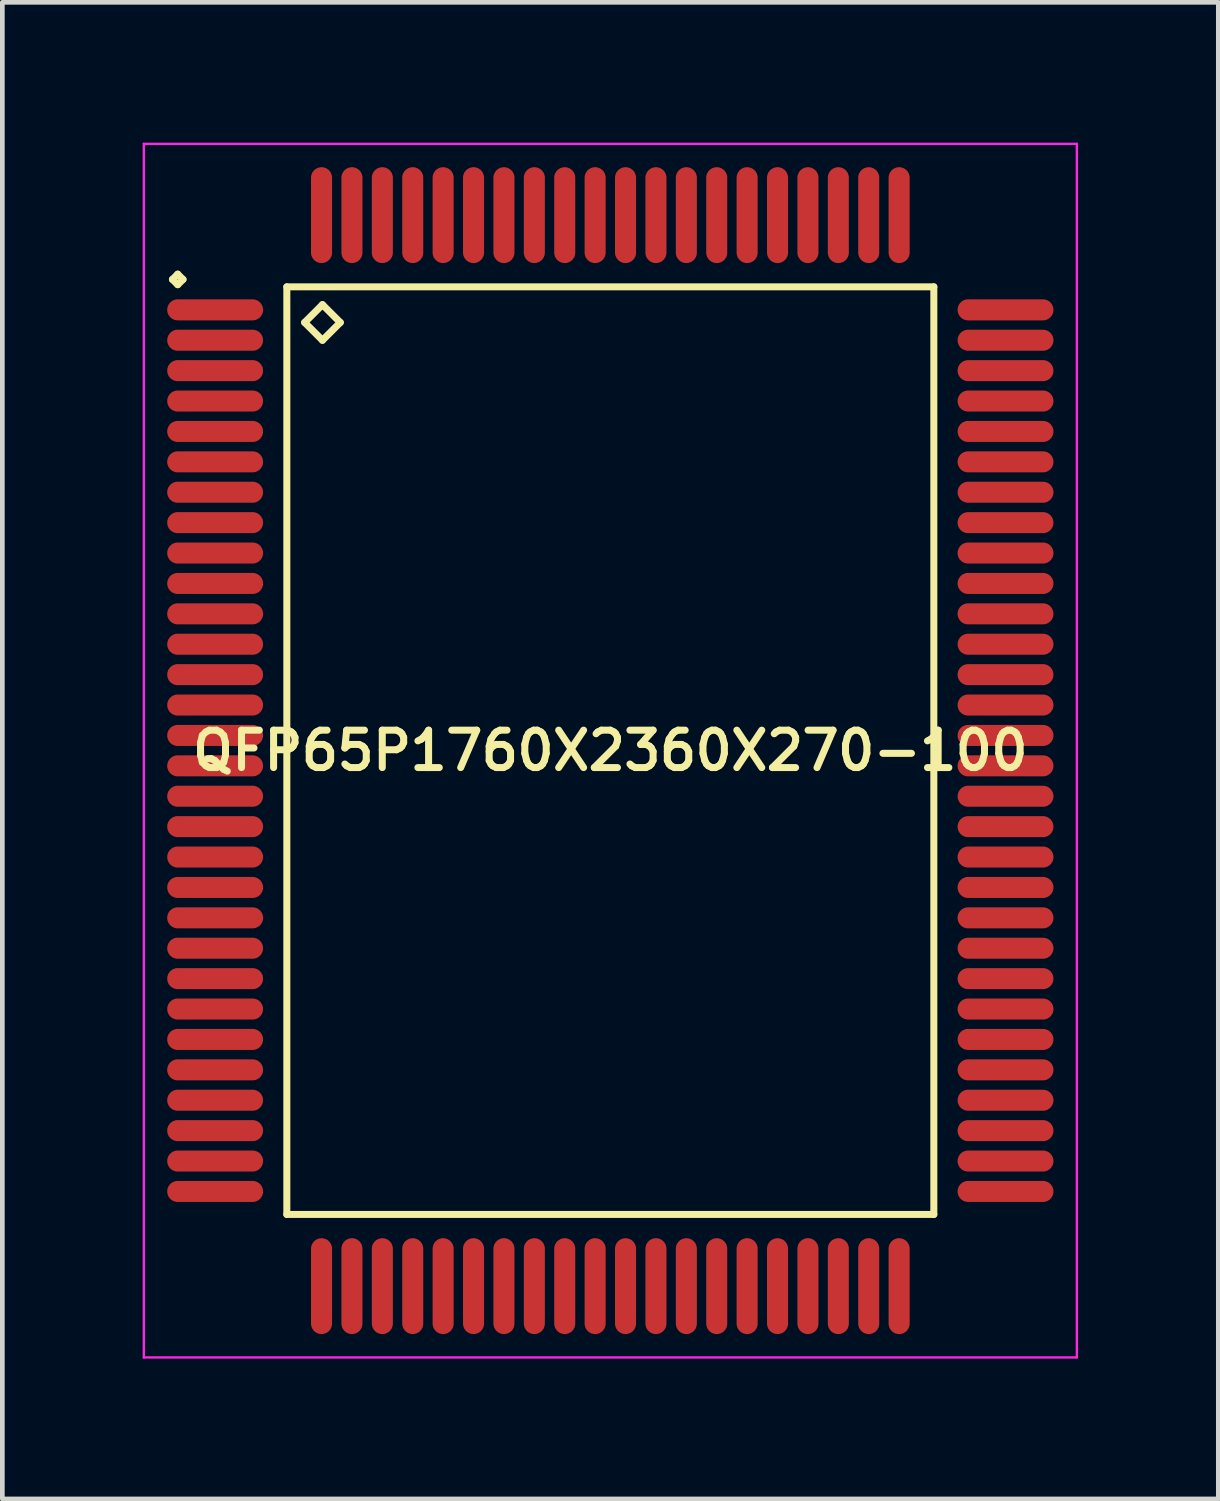
<source format=kicad_pcb>
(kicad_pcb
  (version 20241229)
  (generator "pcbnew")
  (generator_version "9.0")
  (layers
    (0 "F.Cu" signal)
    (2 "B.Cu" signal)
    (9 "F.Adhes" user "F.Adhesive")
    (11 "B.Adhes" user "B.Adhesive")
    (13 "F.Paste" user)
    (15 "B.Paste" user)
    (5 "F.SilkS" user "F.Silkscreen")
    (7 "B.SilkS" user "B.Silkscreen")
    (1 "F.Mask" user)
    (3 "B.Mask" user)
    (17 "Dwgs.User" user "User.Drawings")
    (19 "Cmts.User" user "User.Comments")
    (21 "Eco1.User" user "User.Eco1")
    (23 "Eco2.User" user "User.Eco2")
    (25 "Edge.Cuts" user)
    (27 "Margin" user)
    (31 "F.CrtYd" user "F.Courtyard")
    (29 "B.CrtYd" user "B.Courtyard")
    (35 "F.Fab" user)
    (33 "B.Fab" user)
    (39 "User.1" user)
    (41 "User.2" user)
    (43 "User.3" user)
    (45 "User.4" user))
  (footprint "QFP65P1760X2360X270-100"
    (layer "F.Cu")
    (at 10 13)
    (property "Reference" "QFP65P1760X2360X270-100" (at 0 0 0) (layer "F.SilkS") (effects (font (size 0.8 0.8) (thickness 0.15))))
    (attr smd)
    (fp_line (start -9.363 -10.075) (end -9.25 -10.188) (stroke (width 0.15) (type solid)) (layer "F.SilkS"))
    (fp_line (start -9.25 -10.188) (end -9.137 -10.075) (stroke (width 0.15) (type solid)) (layer "F.SilkS"))
    (fp_line (start -9.25 -9.963) (end -9.363 -10.075) (stroke (width 0.15) (type solid)) (layer "F.SilkS"))
    (fp_line (start -9.137 -10.075) (end -9.25 -9.963) (stroke (width 0.15) (type solid)) (layer "F.SilkS"))
    (fp_line (start -6.917 -9.917) (end -6.917 9.917) (stroke (width 0.15) (type solid)) (layer "F.SilkS"))
    (fp_line (start -6.917 9.917) (end 6.917 9.917) (stroke (width 0.15) (type solid)) (layer "F.SilkS"))
    (fp_line (start -6.536 -9.155) (end -6.155 -9.536) (stroke (width 0.15) (type solid)) (layer "F.SilkS"))
    (fp_line (start -6.155 -9.536) (end -5.774 -9.155) (stroke (width 0.15) (type solid)) (layer "F.SilkS"))
    (fp_line (start -6.155 -8.774) (end -6.536 -9.155) (stroke (width 0.15) (type solid)) (layer "F.SilkS"))
    (fp_line (start -5.774 -9.155) (end -6.155 -8.774) (stroke (width 0.15) (type solid)) (layer "F.SilkS"))
    (fp_line (start 6.917 -9.917) (end -6.917 -9.917) (stroke (width 0.15) (type solid)) (layer "F.SilkS"))
    (fp_line (start 6.917 9.917) (end 6.917 -9.917) (stroke (width 0.15) (type solid)) (layer "F.SilkS"))
    (fp_line (start -9.975 -12.975) (end 9.975 -12.975) (stroke (width 0.05) (type solid)) (layer "F.CrtYd"))
    (fp_line (start -9.975 12.975) (end -9.975 -12.975) (stroke (width 0.05) (type solid)) (layer "F.CrtYd"))
    (fp_line (start 9.975 -12.975) (end 9.975 12.975) (stroke (width 0.05) (type solid)) (layer "F.CrtYd"))
    (fp_line (start 9.975 12.975) (end -9.975 12.975) (stroke (width 0.05) (type solid)) (layer "F.CrtYd"))
    (pad "1" smd oval (at -8.45 -9.425) (size 2.05 0.45) (layers "F.Cu" "F.Mask" "F.Paste"))
    (pad "2" smd oval (at -8.45 -8.775) (size 2.05 0.45) (layers "F.Cu" "F.Mask" "F.Paste"))
    (pad "3" smd oval (at -8.45 -8.125) (size 2.05 0.45) (layers "F.Cu" "F.Mask" "F.Paste"))
    (pad "4" smd oval (at -8.45 -7.475) (size 2.05 0.45) (layers "F.Cu" "F.Mask" "F.Paste"))
    (pad "5" smd oval (at -8.45 -6.825) (size 2.05 0.45) (layers "F.Cu" "F.Mask" "F.Paste"))
    (pad "6" smd oval (at -8.45 -6.175) (size 2.05 0.45) (layers "F.Cu" "F.Mask" "F.Paste"))
    (pad "7" smd oval (at -8.45 -5.525) (size 2.05 0.45) (layers "F.Cu" "F.Mask" "F.Paste"))
    (pad "8" smd oval (at -8.45 -4.875) (size 2.05 0.45) (layers "F.Cu" "F.Mask" "F.Paste"))
    (pad "9" smd oval (at -8.45 -4.225) (size 2.05 0.45) (layers "F.Cu" "F.Mask" "F.Paste"))
    (pad "10" smd oval (at -8.45 -3.575) (size 2.05 0.45) (layers "F.Cu" "F.Mask" "F.Paste"))
    (pad "11" smd oval (at -8.45 -2.925) (size 2.05 0.45) (layers "F.Cu" "F.Mask" "F.Paste"))
    (pad "12" smd oval (at -8.45 -2.275) (size 2.05 0.45) (layers "F.Cu" "F.Mask" "F.Paste"))
    (pad "13" smd oval (at -8.45 -1.625) (size 2.05 0.45) (layers "F.Cu" "F.Mask" "F.Paste"))
    (pad "14" smd oval (at -8.45 -0.975) (size 2.05 0.45) (layers "F.Cu" "F.Mask" "F.Paste"))
    (pad "15" smd oval (at -8.45 -0.325) (size 2.05 0.45) (layers "F.Cu" "F.Mask" "F.Paste"))
    (pad "16" smd oval (at -8.45 0.325) (size 2.05 0.45) (layers "F.Cu" "F.Mask" "F.Paste"))
    (pad "17" smd oval (at -8.45 0.975) (size 2.05 0.45) (layers "F.Cu" "F.Mask" "F.Paste"))
    (pad "18" smd oval (at -8.45 1.625) (size 2.05 0.45) (layers "F.Cu" "F.Mask" "F.Paste"))
    (pad "19" smd oval (at -8.45 2.275) (size 2.05 0.45) (layers "F.Cu" "F.Mask" "F.Paste"))
    (pad "20" smd oval (at -8.45 2.925) (size 2.05 0.45) (layers "F.Cu" "F.Mask" "F.Paste"))
    (pad "21" smd oval (at -8.45 3.575) (size 2.05 0.45) (layers "F.Cu" "F.Mask" "F.Paste"))
    (pad "22" smd oval (at -8.45 4.225) (size 2.05 0.45) (layers "F.Cu" "F.Mask" "F.Paste"))
    (pad "23" smd oval (at -8.45 4.875) (size 2.05 0.45) (layers "F.Cu" "F.Mask" "F.Paste"))
    (pad "24" smd oval (at -8.45 5.525) (size 2.05 0.45) (layers "F.Cu" "F.Mask" "F.Paste"))
    (pad "25" smd oval (at -8.45 6.175) (size 2.05 0.45) (layers "F.Cu" "F.Mask" "F.Paste"))
    (pad "26" smd oval (at -8.45 6.825) (size 2.05 0.45) (layers "F.Cu" "F.Mask" "F.Paste"))
    (pad "27" smd oval (at -8.45 7.475) (size 2.05 0.45) (layers "F.Cu" "F.Mask" "F.Paste"))
    (pad "28" smd oval (at -8.45 8.125) (size 2.05 0.45) (layers "F.Cu" "F.Mask" "F.Paste"))
    (pad "29" smd oval (at -8.45 8.775) (size 2.05 0.45) (layers "F.Cu" "F.Mask" "F.Paste"))
    (pad "30" smd oval (at -8.45 9.425) (size 2.05 0.45) (layers "F.Cu" "F.Mask" "F.Paste"))
    (pad "31" smd oval (at -6.175 11.45) (size 0.45 2.05) (layers "F.Cu" "F.Mask" "F.Paste"))
    (pad "32" smd oval (at -5.525 11.45) (size 0.45 2.05) (layers "F.Cu" "F.Mask" "F.Paste"))
    (pad "33" smd oval (at -4.875 11.45) (size 0.45 2.05) (layers "F.Cu" "F.Mask" "F.Paste"))
    (pad "34" smd oval (at -4.225 11.45) (size 0.45 2.05) (layers "F.Cu" "F.Mask" "F.Paste"))
    (pad "35" smd oval (at -3.575 11.45) (size 0.45 2.05) (layers "F.Cu" "F.Mask" "F.Paste"))
    (pad "36" smd oval (at -2.925 11.45) (size 0.45 2.05) (layers "F.Cu" "F.Mask" "F.Paste"))
    (pad "37" smd oval (at -2.275 11.45) (size 0.45 2.05) (layers "F.Cu" "F.Mask" "F.Paste"))
    (pad "38" smd oval (at -1.625 11.45) (size 0.45 2.05) (layers "F.Cu" "F.Mask" "F.Paste"))
    (pad "39" smd oval (at -0.975 11.45) (size 0.45 2.05) (layers "F.Cu" "F.Mask" "F.Paste"))
    (pad "40" smd oval (at -0.325 11.45) (size 0.45 2.05) (layers "F.Cu" "F.Mask" "F.Paste"))
    (pad "41" smd oval (at 0.325 11.45) (size 0.45 2.05) (layers "F.Cu" "F.Mask" "F.Paste"))
    (pad "42" smd oval (at 0.975 11.45) (size 0.45 2.05) (layers "F.Cu" "F.Mask" "F.Paste"))
    (pad "43" smd oval (at 1.625 11.45) (size 0.45 2.05) (layers "F.Cu" "F.Mask" "F.Paste"))
    (pad "44" smd oval (at 2.275 11.45) (size 0.45 2.05) (layers "F.Cu" "F.Mask" "F.Paste"))
    (pad "45" smd oval (at 2.925 11.45) (size 0.45 2.05) (layers "F.Cu" "F.Mask" "F.Paste"))
    (pad "46" smd oval (at 3.575 11.45) (size 0.45 2.05) (layers "F.Cu" "F.Mask" "F.Paste"))
    (pad "47" smd oval (at 4.225 11.45) (size 0.45 2.05) (layers "F.Cu" "F.Mask" "F.Paste"))
    (pad "48" smd oval (at 4.875 11.45) (size 0.45 2.05) (layers "F.Cu" "F.Mask" "F.Paste"))
    (pad "49" smd oval (at 5.525 11.45) (size 0.45 2.05) (layers "F.Cu" "F.Mask" "F.Paste"))
    (pad "50" smd oval (at 6.175 11.45) (size 0.45 2.05) (layers "F.Cu" "F.Mask" "F.Paste"))
    (pad "51" smd oval (at 8.45 9.425) (size 2.05 0.45) (layers "F.Cu" "F.Mask" "F.Paste"))
    (pad "52" smd oval (at 8.45 8.775) (size 2.05 0.45) (layers "F.Cu" "F.Mask" "F.Paste"))
    (pad "53" smd oval (at 8.45 8.125) (size 2.05 0.45) (layers "F.Cu" "F.Mask" "F.Paste"))
    (pad "54" smd oval (at 8.45 7.475) (size 2.05 0.45) (layers "F.Cu" "F.Mask" "F.Paste"))
    (pad "55" smd oval (at 8.45 6.825) (size 2.05 0.45) (layers "F.Cu" "F.Mask" "F.Paste"))
    (pad "56" smd oval (at 8.45 6.175) (size 2.05 0.45) (layers "F.Cu" "F.Mask" "F.Paste"))
    (pad "57" smd oval (at 8.45 5.525) (size 2.05 0.45) (layers "F.Cu" "F.Mask" "F.Paste"))
    (pad "58" smd oval (at 8.45 4.875) (size 2.05 0.45) (layers "F.Cu" "F.Mask" "F.Paste"))
    (pad "59" smd oval (at 8.45 4.225) (size 2.05 0.45) (layers "F.Cu" "F.Mask" "F.Paste"))
    (pad "60" smd oval (at 8.45 3.575) (size 2.05 0.45) (layers "F.Cu" "F.Mask" "F.Paste"))
    (pad "61" smd oval (at 8.45 2.925) (size 2.05 0.45) (layers "F.Cu" "F.Mask" "F.Paste"))
    (pad "62" smd oval (at 8.45 2.275) (size 2.05 0.45) (layers "F.Cu" "F.Mask" "F.Paste"))
    (pad "63" smd oval (at 8.45 1.625) (size 2.05 0.45) (layers "F.Cu" "F.Mask" "F.Paste"))
    (pad "64" smd oval (at 8.45 0.975) (size 2.05 0.45) (layers "F.Cu" "F.Mask" "F.Paste"))
    (pad "65" smd oval (at 8.45 0.325) (size 2.05 0.45) (layers "F.Cu" "F.Mask" "F.Paste"))
    (pad "66" smd oval (at 8.45 -0.325) (size 2.05 0.45) (layers "F.Cu" "F.Mask" "F.Paste"))
    (pad "67" smd oval (at 8.45 -0.975) (size 2.05 0.45) (layers "F.Cu" "F.Mask" "F.Paste"))
    (pad "68" smd oval (at 8.45 -1.625) (size 2.05 0.45) (layers "F.Cu" "F.Mask" "F.Paste"))
    (pad "69" smd oval (at 8.45 -2.275) (size 2.05 0.45) (layers "F.Cu" "F.Mask" "F.Paste"))
    (pad "70" smd oval (at 8.45 -2.925) (size 2.05 0.45) (layers "F.Cu" "F.Mask" "F.Paste"))
    (pad "71" smd oval (at 8.45 -3.575) (size 2.05 0.45) (layers "F.Cu" "F.Mask" "F.Paste"))
    (pad "72" smd oval (at 8.45 -4.225) (size 2.05 0.45) (layers "F.Cu" "F.Mask" "F.Paste"))
    (pad "73" smd oval (at 8.45 -4.875) (size 2.05 0.45) (layers "F.Cu" "F.Mask" "F.Paste"))
    (pad "74" smd oval (at 8.45 -5.525) (size 2.05 0.45) (layers "F.Cu" "F.Mask" "F.Paste"))
    (pad "75" smd oval (at 8.45 -6.175) (size 2.05 0.45) (layers "F.Cu" "F.Mask" "F.Paste"))
    (pad "76" smd oval (at 8.45 -6.825) (size 2.05 0.45) (layers "F.Cu" "F.Mask" "F.Paste"))
    (pad "77" smd oval (at 8.45 -7.475) (size 2.05 0.45) (layers "F.Cu" "F.Mask" "F.Paste"))
    (pad "78" smd oval (at 8.45 -8.125) (size 2.05 0.45) (layers "F.Cu" "F.Mask" "F.Paste"))
    (pad "79" smd oval (at 8.45 -8.775) (size 2.05 0.45) (layers "F.Cu" "F.Mask" "F.Paste"))
    (pad "80" smd oval (at 8.45 -9.425) (size 2.05 0.45) (layers "F.Cu" "F.Mask" "F.Paste"))
    (pad "81" smd oval (at 6.175 -11.45) (size 0.45 2.05) (layers "F.Cu" "F.Mask" "F.Paste"))
    (pad "82" smd oval (at 5.525 -11.45) (size 0.45 2.05) (layers "F.Cu" "F.Mask" "F.Paste"))
    (pad "83" smd oval (at 4.875 -11.45) (size 0.45 2.05) (layers "F.Cu" "F.Mask" "F.Paste"))
    (pad "84" smd oval (at 4.225 -11.45) (size 0.45 2.05) (layers "F.Cu" "F.Mask" "F.Paste"))
    (pad "85" smd oval (at 3.575 -11.45) (size 0.45 2.05) (layers "F.Cu" "F.Mask" "F.Paste"))
    (pad "86" smd oval (at 2.925 -11.45) (size 0.45 2.05) (layers "F.Cu" "F.Mask" "F.Paste"))
    (pad "87" smd oval (at 2.275 -11.45) (size 0.45 2.05) (layers "F.Cu" "F.Mask" "F.Paste"))
    (pad "88" smd oval (at 1.625 -11.45) (size 0.45 2.05) (layers "F.Cu" "F.Mask" "F.Paste"))
    (pad "89" smd oval (at 0.975 -11.45) (size 0.45 2.05) (layers "F.Cu" "F.Mask" "F.Paste"))
    (pad "90" smd oval (at 0.325 -11.45) (size 0.45 2.05) (layers "F.Cu" "F.Mask" "F.Paste"))
    (pad "91" smd oval (at -0.325 -11.45) (size 0.45 2.05) (layers "F.Cu" "F.Mask" "F.Paste"))
    (pad "92" smd oval (at -0.975 -11.45) (size 0.45 2.05) (layers "F.Cu" "F.Mask" "F.Paste"))
    (pad "93" smd oval (at -1.625 -11.45) (size 0.45 2.05) (layers "F.Cu" "F.Mask" "F.Paste"))
    (pad "94" smd oval (at -2.275 -11.45) (size 0.45 2.05) (layers "F.Cu" "F.Mask" "F.Paste"))
    (pad "95" smd oval (at -2.925 -11.45) (size 0.45 2.05) (layers "F.Cu" "F.Mask" "F.Paste"))
    (pad "96" smd oval (at -3.575 -11.45) (size 0.45 2.05) (layers "F.Cu" "F.Mask" "F.Paste"))
    (pad "97" smd oval (at -4.225 -11.45) (size 0.45 2.05) (layers "F.Cu" "F.Mask" "F.Paste"))
    (pad "98" smd oval (at -4.875 -11.45) (size 0.45 2.05) (layers "F.Cu" "F.Mask" "F.Paste"))
    (pad "99" smd oval (at -5.525 -11.45) (size 0.45 2.05) (layers "F.Cu" "F.Mask" "F.Paste"))
    (pad "100" smd oval (at -6.175 -11.45) (size 0.45 2.05) (layers "F.Cu" "F.Mask" "F.Paste")))
  (gr_rect
    (start -3 -3)
    (end 23 29)
    (stroke (width 0.1) (type default))
    (fill no)
    (layer "Edge.Cuts")))
</source>
